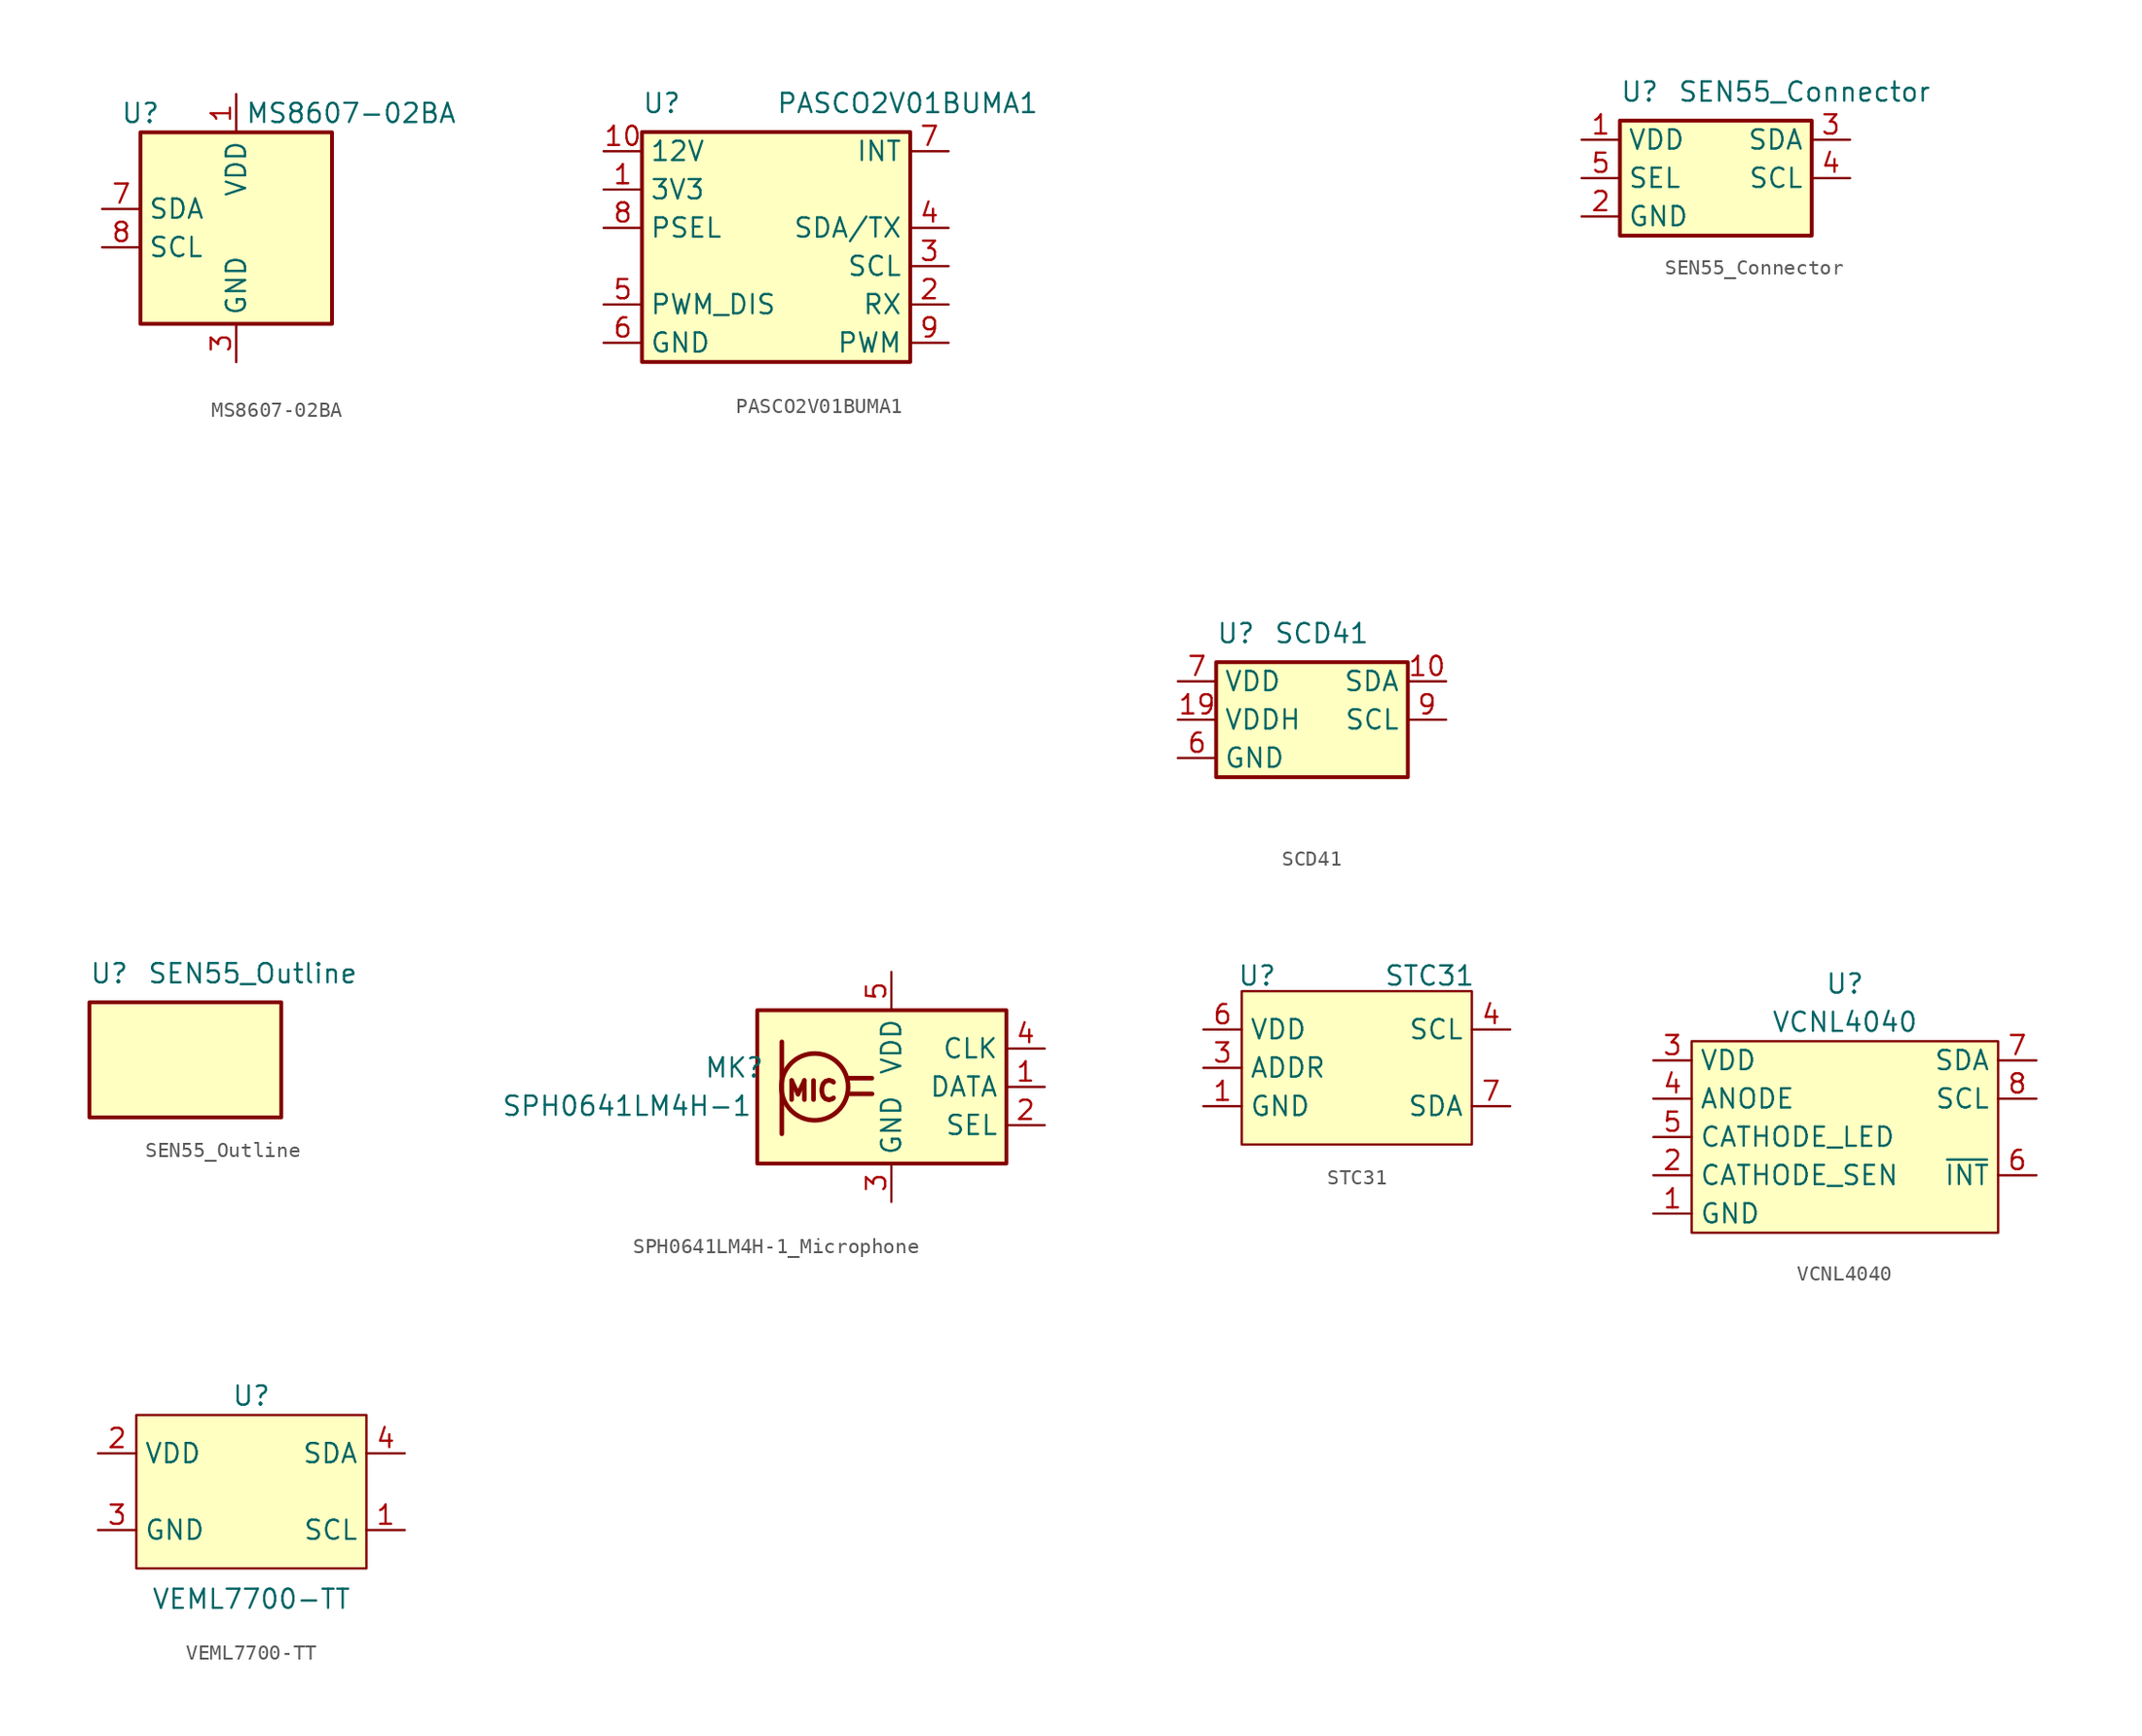
<source format=kicad_sym>
(kicad_symbol_lib
  (version 20241209)
  (generator "kicad_symbol_editor")
  (generator_version "9.0")
  (symbol "MS8607-02BA"
    (property "Reference" "U"
      (at -6.35 7.62 0)
      (effects (font (size 1.27 1.27))))
    (property "Value" "MS8607-02BA"
      (at 7.62 7.62 0)
      (effects (font (size 1.27 1.27))))
    (symbol "MS8607-02BA_0_1"
      (rectangle (start -6.35 6.35) (end 6.35 -6.35) (stroke (width 0.254) (type default)) (fill (type background))))
    (symbol "MS8607-02BA_1_1"
      (pin bidirectional line (at -8.89 1.27 0) (length 2.54) (name "SDA" (effects (font (size 1.27 1.27)))) (number "7" (effects (font (size 1.27 1.27)))))
      (pin input line (at -8.89 -1.27 0) (length 2.54) (name "SCL" (effects (font (size 1.27 1.27)))) (number "8" (effects (font (size 1.27 1.27)))))
      (pin power_in line (at 0 8.89 270) (length 2.54) (name "VDD" (effects (font (size 1.27 1.27)))) (number "1" (effects (font (size 1.27 1.27)))))
      (pin power_in line (at 0 -8.89 90) (length 2.54) (name "GND" (effects (font (size 1.27 1.27)))) (number "3" (effects (font (size 1.27 1.27)))))
      (pin no_connect line (at 8.89 3.81 180) (length 2.54) (hide yes) (name "NC" (effects (font (size 1.27 1.27)))) (number "2" (effects (font (size 1.27 1.27)))))
      (pin no_connect line (at 8.89 1.27 180) (length 2.54) (hide yes) (name "NC" (effects (font (size 1.27 1.27)))) (number "4" (effects (font (size 1.27 1.27)))))
      (pin no_connect line (at 8.89 -1.27 180) (length 2.54) (hide yes) (name "NC" (effects (font (size 1.27 1.27)))) (number "5" (effects (font (size 1.27 1.27)))))
      (pin no_connect line (at 8.89 -3.81 180) (length 2.54) (hide yes) (name "NC" (effects (font (size 1.27 1.27)))) (number "6" (effects (font (size 1.27 1.27)))))))
  (symbol "PASCO2V01BUMA1"
    (property "Reference" "U"
      (at -8.89 8.255 0)
      (effects (font (size 1.27 1.27)) (justify left)))
    (property "Value" "PASCO2V01BUMA1"
      (at 0 8.255 0)
      (effects (font (size 1.27 1.27)) (justify left)))
    (symbol "PASCO2V01BUMA1_0_1"
      (rectangle (start -8.89 6.35) (end 8.89 -8.89) (stroke (width 0.254) (type default)) (fill (type background))))
    (symbol "PASCO2V01BUMA1_1_1"
      (pin power_in line (at -11.43 5.08 0) (length 2.54) (name "12V" (effects (font (size 1.27 1.27)))) (number "10" (effects (font (size 1.27 1.27)))))
      (pin power_in line (at -11.43 2.54 0) (length 2.54) (name "3V3" (effects (font (size 1.27 1.27)))) (number "1" (effects (font (size 1.27 1.27)))))
      (pin input line (at -11.43 0 0) (length 2.54) (name "PSEL" (effects (font (size 1.27 1.27)))) (number "8" (effects (font (size 1.27 1.27)))))
      (pin input line (at -11.43 -5.08 0) (length 2.54) (name "PWM_DIS" (effects (font (size 1.27 1.27)))) (number "5" (effects (font (size 1.27 1.27)))))
      (pin power_out line (at -11.43 -7.62 0) (length 2.54) (hide yes) (name "GND" (effects (font (size 1.27 1.27)))) (number "11" (effects (font (size 1.27 1.27)))))
      (pin power_out line (at -11.43 -7.62 0) (length 2.54) (hide yes) (name "GND" (effects (font (size 1.27 1.27)))) (number "12" (effects (font (size 1.27 1.27)))))
      (pin power_out line (at -11.43 -7.62 0) (length 2.54) (hide yes) (name "GND" (effects (font (size 1.27 1.27)))) (number "13" (effects (font (size 1.27 1.27)))))
      (pin power_out line (at -11.43 -7.62 0) (length 2.54) (hide yes) (name "GND" (effects (font (size 1.27 1.27)))) (number "14" (effects (font (size 1.27 1.27)))))
      (pin power_out line (at -11.43 -7.62 0) (length 2.54) (name "GND" (effects (font (size 1.27 1.27)))) (number "6" (effects (font (size 1.27 1.27)))))
      (pin output line (at 11.43 5.08 180) (length 2.54) (name "INT" (effects (font (size 1.27 1.27)))) (number "7" (effects (font (size 1.27 1.27)))))
      (pin output line (at 11.43 0 180) (length 2.54) (name "SDA/TX" (effects (font (size 1.27 1.27)))) (number "4" (effects (font (size 1.27 1.27)))))
      (pin bidirectional line (at 11.43 -2.54 180) (length 2.54) (name "SCL" (effects (font (size 1.27 1.27)))) (number "3" (effects (font (size 1.27 1.27)))))
      (pin bidirectional line (at 11.43 -5.08 180) (length 2.54) (name "RX" (effects (font (size 1.27 1.27)))) (number "2" (effects (font (size 1.27 1.27)))))
      (pin output line (at 11.43 -7.62 180) (length 2.54) (name "PWM" (effects (font (size 1.27 1.27)))) (number "9" (effects (font (size 1.27 1.27)))))))
  (symbol "SCD41"
    (property "Reference" "U"
      (at -6.35 5.715 0)
      (effects (font (size 1.27 1.27)) (justify left)))
    (property "Value" "SCD41"
      (at -2.54 5.715 0)
      (effects (font (size 1.27 1.27)) (justify left)))
    (symbol "SCD41_0_1"
      (rectangle (start -6.35 3.81) (end 6.35 -3.81) (stroke (width 0.254) (type default)) (fill (type background))))
    (symbol "SCD41_1_1"
      (pin power_in line (at -8.89 2.54 0) (length 2.54) (name "VDD" (effects (font (size 1.27 1.27)))) (number "7" (effects (font (size 1.27 1.27)))))
      (pin power_in line (at -8.89 0 0) (length 2.54) (name "VDDH" (effects (font (size 1.27 1.27)))) (number "19" (effects (font (size 1.27 1.27)))))
      (pin power_in line (at -8.89 -2.54 0) (length 2.54) (hide yes) (name "GND" (effects (font (size 1.27 1.27)))) (number "20" (effects (font (size 1.27 1.27)))))
      (pin power_in line (at -8.89 -2.54 0) (length 2.54) (hide yes) (name "GND" (effects (font (size 1.27 1.27)))) (number "21" (effects (font (size 1.27 1.27)))))
      (pin power_in line (at -8.89 -2.54 0) (length 2.54) (name "GND" (effects (font (size 1.27 1.27)))) (number "6" (effects (font (size 1.27 1.27)))))
      (pin no_connect line (at 8.89 39.37 180) (length 2.54) (hide yes) (name "NC" (effects (font (size 1.27 1.27)))) (number "18" (effects (font (size 1.27 1.27)))))
      (pin no_connect line (at 8.89 36.83 180) (length 2.54) (hide yes) (name "NC" (effects (font (size 1.27 1.27)))) (number "17" (effects (font (size 1.27 1.27)))))
      (pin no_connect line (at 8.89 34.29 180) (length 2.54) (hide yes) (name "NC" (effects (font (size 1.27 1.27)))) (number "16" (effects (font (size 1.27 1.27)))))
      (pin no_connect line (at 8.89 31.75 180) (length 2.54) (hide yes) (name "NC" (effects (font (size 1.27 1.27)))) (number "15" (effects (font (size 1.27 1.27)))))
      (pin no_connect line (at 8.89 29.21 180) (length 2.54) (hide yes) (name "NC" (effects (font (size 1.27 1.27)))) (number "14" (effects (font (size 1.27 1.27)))))
      (pin no_connect line (at 8.89 26.67 180) (length 2.54) (hide yes) (name "NC" (effects (font (size 1.27 1.27)))) (number "13" (effects (font (size 1.27 1.27)))))
      (pin no_connect line (at 8.89 24.13 180) (length 2.54) (hide yes) (name "NC" (effects (font (size 1.27 1.27)))) (number "12" (effects (font (size 1.27 1.27)))))
      (pin no_connect line (at 8.89 21.59 180) (length 2.54) (hide yes) (name "NC" (effects (font (size 1.27 1.27)))) (number "11" (effects (font (size 1.27 1.27)))))
      (pin no_connect line (at 8.89 19.05 180) (length 2.54) (hide yes) (name "NC" (effects (font (size 1.27 1.27)))) (number "8" (effects (font (size 1.27 1.27)))))
      (pin no_connect line (at 8.89 16.51 180) (length 2.54) (hide yes) (name "NC" (effects (font (size 1.27 1.27)))) (number "5" (effects (font (size 1.27 1.27)))))
      (pin no_connect line (at 8.89 13.97 180) (length 2.54) (hide yes) (name "NC" (effects (font (size 1.27 1.27)))) (number "4" (effects (font (size 1.27 1.27)))))
      (pin no_connect line (at 8.89 11.43 180) (length 2.54) (hide yes) (name "NC" (effects (font (size 1.27 1.27)))) (number "3" (effects (font (size 1.27 1.27)))))
      (pin no_connect line (at 8.89 8.89 180) (length 2.54) (hide yes) (name "NC" (effects (font (size 1.27 1.27)))) (number "2" (effects (font (size 1.27 1.27)))))
      (pin no_connect line (at 8.89 6.35 180) (length 2.54) (hide yes) (name "NC" (effects (font (size 1.27 1.27)))) (number "1" (effects (font (size 1.27 1.27)))))
      (pin bidirectional line (at 8.89 2.54 180) (length 2.54) (name "SDA" (effects (font (size 1.27 1.27)))) (number "10" (effects (font (size 1.27 1.27)))))
      (pin input line (at 8.89 0 180) (length 2.54) (name "SCL" (effects (font (size 1.27 1.27)))) (number "9" (effects (font (size 1.27 1.27)))))))
  (symbol "SEN55_Connector"
    (property "Reference" "U"
      (at -6.35 5.715 0)
      (effects (font (size 1.27 1.27)) (justify left)))
    (property "Value" "SEN55_Connector"
      (at -2.54 5.715 0)
      (effects (font (size 1.27 1.27)) (justify left)))
    (symbol "SEN55_Connector_0_1"
      (rectangle (start -6.35 3.81) (end 6.35 -3.81) (stroke (width 0.254) (type default)) (fill (type background))))
    (symbol "SEN55_Connector_1_1"
      (pin power_in line (at -8.89 2.54 0) (length 2.54) (name "VDD" (effects (font (size 1.27 1.27)))) (number "1" (effects (font (size 1.27 1.27)))))
      (pin input line (at -8.89 0 0) (length 2.54) (name "SEL" (effects (font (size 1.27 1.27)))) (number "5" (effects (font (size 1.27 1.27)))))
      (pin power_in line (at -8.89 -2.54 0) (length 2.54) (name "GND" (effects (font (size 1.27 1.27)))) (number "2" (effects (font (size 1.27 1.27)))))
      (pin bidirectional line (at 8.89 2.54 180) (length 2.54) (name "SDA" (effects (font (size 1.27 1.27)))) (number "3" (effects (font (size 1.27 1.27)))))
      (pin input line (at 8.89 0 180) (length 2.54) (name "SCL" (effects (font (size 1.27 1.27)))) (number "4" (effects (font (size 1.27 1.27)))))
      (pin no_connect line (at 8.89 -2.54 180) (length 2.54) (hide yes) (name "NC" (effects (font (size 1.27 1.27)))) (number "6" (effects (font (size 1.27 1.27)))))
      (pin no_connect line (at 8.89 -2.54 180) (length 2.54) (hide yes) (name "NC" (effects (font (size 1.27 1.27)))) (number "NC1" (effects (font (size 1.27 1.27)))))
      (pin no_connect line (at 8.89 -2.54 180) (length 2.54) (hide yes) (name "NC" (effects (font (size 1.27 1.27)))) (number "NC2" (effects (font (size 1.27 1.27)))))))
  (symbol "SEN55_Outline"
    (property "Reference" "U"
      (at -6.35 5.715 0)
      (effects (font (size 1.27 1.27)) (justify left)))
    (property "Value" "SEN55_Outline"
      (at -2.54 5.715 0)
      (effects (font (size 1.27 1.27)) (justify left)))
    (symbol "SEN55_Outline_0_1"
      (rectangle (start -6.35 3.81) (end 6.35 -3.81) (stroke (width 0.254) (type default)) (fill (type background)))))
  (symbol "SPH0641LM4H-1_Microphone"
    (property "Reference" "MK"
      (at -10.414 1.27 0)
      (effects (font (size 1.27 1.27))))
    (property "Value" "SPH0641LM4H-1"
      (at -17.526 -1.27 0)
      (effects (font (size 1.27 1.27))))
    (symbol "SPH0641LM4H-1_Microphone_1_0"
      (polyline (pts (xy -7.259 -3.112) (xy -7.259 2.984)) (stroke (width 0.305) (type solid)) (fill (type none)))
      (circle (center -5.08 0) (radius 2.214) (stroke (width 0.305) (type solid)) (fill (type none)))
      (polyline (pts (xy -2.806 0.579) (xy -1.294 0.578)) (stroke (width 0.305) (type solid)) (fill (type none)))
      (polyline (pts (xy -2.785 -0.464) (xy -1.281 -0.464)) (stroke (width 0.305) (type solid)) (fill (type none)))
      (text "MIC" (at -7.112 -1.016 0) (effects (font (size 1.27 1.27) (thickness 0.302) (bold yes)) (justify left bottom)))
      (pin power_in line (at 0 7.62 270) (length 2.54) (name "VDD" (effects (font (size 1.27 1.27)))) (number "5" (effects (font (size 1.27 1.27)))))
      (pin power_in line (at 0 -7.62 90) (length 2.54) (name "GND" (effects (font (size 1.27 1.27)))) (number "3" (effects (font (size 1.27 1.27)))))
      (pin input line (at 10.16 2.54 180) (length 2.54) (name "CLK" (effects (font (size 1.27 1.27)))) (number "4" (effects (font (size 1.27 1.27)))))
      (pin output line (at 10.16 0 180) (length 2.54) (name "DATA" (effects (font (size 1.27 1.27)))) (number "1" (effects (font (size 1.27 1.27)))))
      (pin input line (at 10.16 -2.54 180) (length 2.54) (name "SEL" (effects (font (size 1.27 1.27)))) (number "2" (effects (font (size 1.27 1.27))))))
    (symbol "SPH0641LM4H-1_Microphone_1_1"
      (rectangle (start -8.89 5.08) (end 7.62 -5.08) (stroke (width 0.254) (type default)) (fill (type background)))))
  (symbol "STC31"
    (property "Reference" "U"
      (at -6.604 6.096 0)
      (effects (font (size 1.27 1.27))))
    (property "Value" "STC31"
      (at 4.826 6.096 0)
      (effects (font (size 1.27 1.27))))
    (symbol "STC31_1_0"
      (pin power_in line (at -10.16 2.54 0) (length 2.54) (name "VDD" (effects (font (size 1.27 1.27)))) (number "6" (effects (font (size 1.27 1.27)))))
      (pin bidirectional line (at -10.16 0 0) (length 2.54) (name "ADDR" (effects (font (size 1.27 1.27)))) (number "3" (effects (font (size 1.27 1.27)))))
      (pin power_in line (at -10.16 -2.54 0) (length 2.54) (name "GND" (effects (font (size 1.27 1.27)))) (number "1" (effects (font (size 1.27 1.27)))))
      (pin power_in line (at -10.16 -2.54 0) (length 2.54) (hide yes) (name "GND" (effects (font (size 1.27 1.27)))) (number "11" (effects (font (size 1.27 1.27)))))
      (pin power_in line (at -10.16 -2.54 0) (length 2.54) (hide yes) (name "GND" (effects (font (size 1.27 1.27)))) (number "5" (effects (font (size 1.27 1.27)))))
      (pin power_in line (at -10.16 -2.54 0) (length 2.54) (hide yes) (name "GND" (effects (font (size 1.27 1.27)))) (number "9" (effects (font (size 1.27 1.27)))))
      (pin bidirectional line (at 10.16 2.54 180) (length 2.54) (name "SCL" (effects (font (size 1.27 1.27)))) (number "4" (effects (font (size 1.27 1.27)))))
      (pin bidirectional line (at 10.16 -2.54 180) (length 2.54) (name "SDA" (effects (font (size 1.27 1.27)))) (number "7" (effects (font (size 1.27 1.27))))))
    (symbol "STC31_1_1"
      (rectangle (start -7.62 5.08) (end 7.62 -5.08) (stroke (width 0) (type solid)) (fill (type background)))))
  (symbol "VCNL4040"
    (property "Reference" "U"
      (at 0 10.16 0)
      (effects (font (size 1.27 1.27))))
    (property "Value" "VCNL4040"
      (at 0 7.62 0)
      (effects (font (size 1.27 1.27))))
    (symbol "VCNL4040_1_0"
      (rectangle (start -10.16 6.35) (end 10.16 -6.35) (stroke (width 0) (type solid)) (fill (type background)))
      (pin power_in line (at -12.7 5.08 0) (length 2.54) (name "VDD" (effects (font (size 1.27 1.27)))) (number "3" (effects (font (size 1.27 1.27)))))
      (pin bidirectional line (at -12.7 2.54 0) (length 2.54) (name "ANODE" (effects (font (size 1.27 1.27)))) (number "4" (effects (font (size 1.27 1.27)))))
      (pin input line (at -12.7 0 0) (length 2.54) (name "CATHODE_LED" (effects (font (size 1.27 1.27)))) (number "5" (effects (font (size 1.27 1.27)))))
      (pin output line (at -12.7 -2.54 0) (length 2.54) (name "CATHODE_SEN" (effects (font (size 1.27 1.27)))) (number "2" (effects (font (size 1.27 1.27)))))
      (pin power_in line (at -12.7 -5.08 0) (length 2.54) (name "GND" (effects (font (size 1.27 1.27)))) (number "1" (effects (font (size 1.27 1.27)))))
      (pin bidirectional line (at 12.7 5.08 180) (length 2.54) (name "SDA" (effects (font (size 1.27 1.27)))) (number "7" (effects (font (size 1.27 1.27)))))
      (pin bidirectional line (at 12.7 2.54 180) (length 2.54) (name "SCL" (effects (font (size 1.27 1.27)))) (number "8" (effects (font (size 1.27 1.27)))))
      (pin output line (at 12.7 -2.54 180) (length 2.54) (name "~{INT}" (effects (font (size 1.27 1.27)))) (number "6" (effects (font (size 1.27 1.27)))))))
  (symbol "VEML7700-TT"
    (property "Reference" "U"
      (at 0 6.35 0)
      (effects (font (size 1.27 1.27))))
    (property "Value" "VEML7700-TT"
      (at 0 -7.112 0)
      (effects (font (size 1.27 1.27))))
    (symbol "VEML7700-TT_1_0"
      (rectangle (start -7.62 5.08) (end 7.62 -5.08) (stroke (width 0) (type solid)) (fill (type background)))
      (pin power_in line (at -10.16 2.54 0) (length 2.54) (name "VDD" (effects (font (size 1.27 1.27)))) (number "2" (effects (font (size 1.27 1.27)))))
      (pin power_in line (at -10.16 -2.54 0) (length 2.54) (name "GND" (effects (font (size 1.27 1.27)))) (number "3" (effects (font (size 1.27 1.27)))))
      (pin bidirectional line (at 10.16 2.54 180) (length 2.54) (name "SDA" (effects (font (size 1.27 1.27)))) (number "4" (effects (font (size 1.27 1.27)))))
      (pin bidirectional line (at 10.16 -2.54 180) (length 2.54) (name "SCL" (effects (font (size 1.27 1.27)))) (number "1" (effects (font (size 1.27 1.27))))))))
</source>
